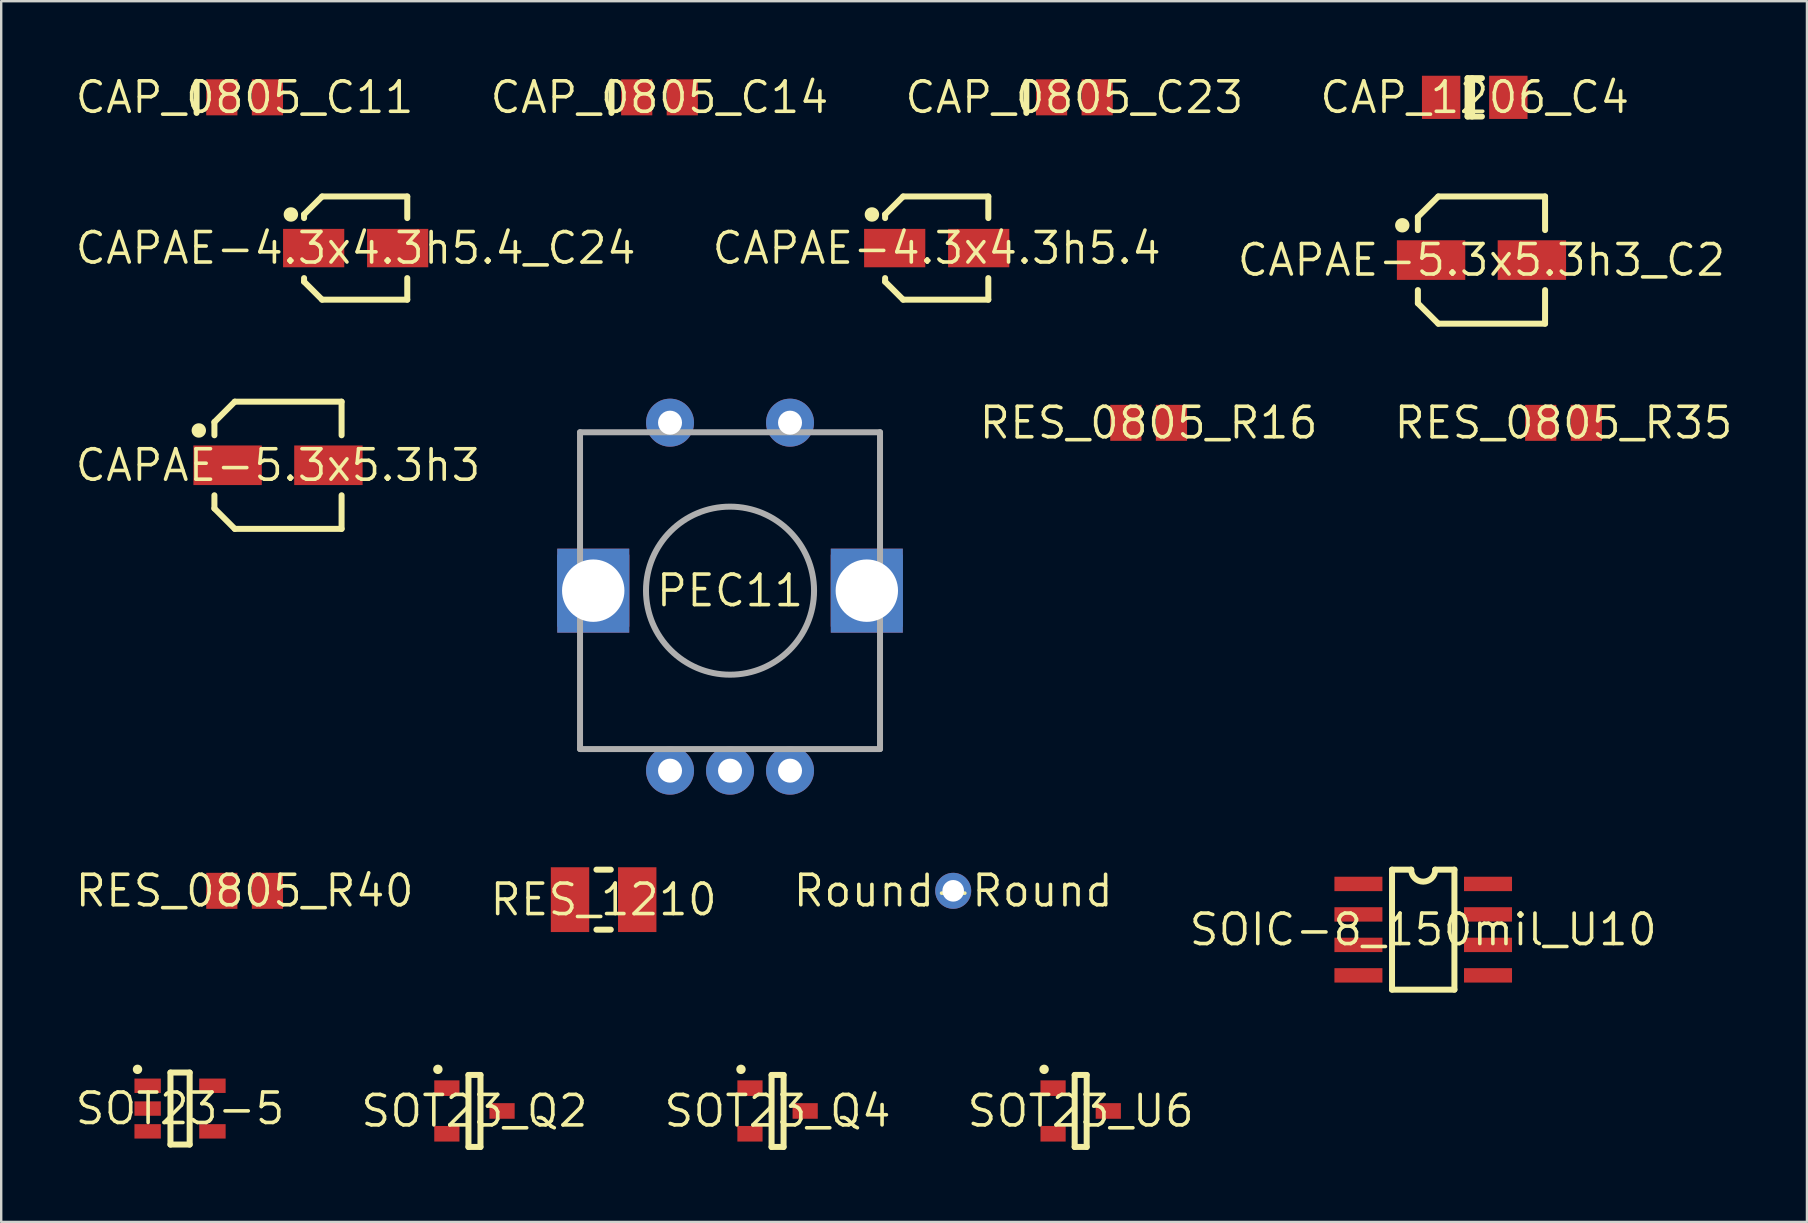
<source format=kicad_pcb>
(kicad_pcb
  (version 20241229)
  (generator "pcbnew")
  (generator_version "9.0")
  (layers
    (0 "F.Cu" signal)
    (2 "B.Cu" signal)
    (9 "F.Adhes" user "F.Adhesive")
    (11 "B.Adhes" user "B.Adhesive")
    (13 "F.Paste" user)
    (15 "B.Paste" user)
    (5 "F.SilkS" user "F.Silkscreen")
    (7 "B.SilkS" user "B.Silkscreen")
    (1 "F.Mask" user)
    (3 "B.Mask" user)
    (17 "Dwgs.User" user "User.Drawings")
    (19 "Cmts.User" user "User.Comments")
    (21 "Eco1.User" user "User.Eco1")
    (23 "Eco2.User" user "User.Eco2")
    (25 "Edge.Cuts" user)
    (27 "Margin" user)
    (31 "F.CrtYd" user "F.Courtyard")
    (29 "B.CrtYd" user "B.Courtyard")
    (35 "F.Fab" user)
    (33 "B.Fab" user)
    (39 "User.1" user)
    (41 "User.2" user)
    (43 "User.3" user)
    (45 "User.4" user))
  (footprint "RES_0805_R35"
    (layer "F.Cu")
    (at 62.099 14.569)
    (property "Reference" "RES_0805_R35" (at 0 0 0) (layer "F.SilkS") (effects (font (size 1.27 1.27) (thickness 0.15))))
    (pad "1" smd rect (at -0.95 0 90) (size 1.5 1.3) (layers "F.Cu" "F.Mask" "F.Paste"))
    (pad "2" smd rect (at 0.95 0 90) (size 1.5 1.3) (layers "F.Cu" "F.Mask" "F.Paste")))
  (footprint "Round-Round"
    (layer "F.Cu")
    (at 36.668 34.069)
    (property "Reference" "Round-Round" (at 0 0 0) (layer "F.SilkS") (effects (font (size 1.27 1.27) (thickness 0.15))))
    (fp_circle (center 0 0) (end 0 0) (stroke (width 0) (type solid)) (fill yes) (layer "F.Mask"))
    (fp_circle (center 0 0) (end 0 0) (stroke (width 0) (type solid)) (fill yes) (layer "B.Mask"))
    (pad "1" thru_hole circle (at 0 0 90) (size 1.5 1.5) (drill 0.9) (layers "*.Cu")))
  (footprint "CAPAE-4.3x4.3h5.4"
    (layer "F.Cu")
    (at 35.981 7.287)
    (property "Reference" "CAPAE-4.3x4.3h5.4" (at 0 0 0) (layer "F.SilkS") (effects (font (size 1.27 1.27) (thickness 0.15))))
    (fp_line (start -2.15 -1.4) (end -2.15 -1.25) (stroke (width 0.25) (type solid)) (layer "F.SilkS"))
    (fp_line (start -2.15 -1.4) (end -1.399 -2.15) (stroke (width 0.25) (type solid)) (layer "F.SilkS"))
    (fp_line (start -2.15 1.25) (end -2.15 1.4) (stroke (width 0.25) (type solid)) (layer "F.SilkS"))
    (fp_line (start -2.15 1.4) (end -1.399 2.15) (stroke (width 0.25) (type solid)) (layer "F.SilkS"))
    (fp_line (start 2.15 -2.15) (end -1.399 -2.15) (stroke (width 0.25) (type solid)) (layer "F.SilkS"))
    (fp_line (start 2.15 -2.15) (end 2.15 -1.25) (stroke (width 0.25) (type solid)) (layer "F.SilkS"))
    (fp_line (start 2.15 1.25) (end 2.15 2.15) (stroke (width 0.25) (type solid)) (layer "F.SilkS"))
    (fp_line (start 2.15 2.15) (end -1.399 2.15) (stroke (width 0.25) (type solid)) (layer "F.SilkS"))
    (fp_poly (pts (xy -2.652 -1.697) (xy -2.606 -1.686) (xy -2.562 -1.668) (xy -2.522 -1.644) (xy -2.486 -1.613) (xy -2.455 -1.577) (xy -2.431 -1.537) (xy -2.413 -1.493) (xy -2.402 -1.447) (xy -2.399 -1.4) (xy -2.402 -1.355) (xy -2.413 -1.307) (xy -2.431 -1.264) (xy -2.455 -1.223) (xy -2.488 -1.187) (xy -2.521 -1.159) (xy -2.562 -1.132) (xy -2.608 -1.114) (xy -2.65 -1.105) (xy -2.692 -1.1) (xy -2.707 -1.1) (xy -2.749 -1.105) (xy -2.791 -1.114) (xy -2.837 -1.132) (xy -2.878 -1.159) (xy -2.911 -1.187) (xy -2.944 -1.223) (xy -2.968 -1.264) (xy -2.986 -1.307) (xy -2.997 -1.355) (xy -3 -1.4) (xy -2.997 -1.447) (xy -2.986 -1.493) (xy -2.968 -1.537) (xy -2.944 -1.577) (xy -2.913 -1.613) (xy -2.877 -1.644) (xy -2.837 -1.668) (xy -2.793 -1.686) (xy -2.747 -1.697) (xy -2.704 -1.7) (xy -2.695 -1.7)) (stroke (width 0) (type default)) (fill yes) (layer "F.SilkS"))
    (pad "1" smd rect (at -1.75 0 90) (size 1.6 2.55) (layers "F.Cu" "F.Mask" "F.Paste"))
    (pad "2" smd rect (at 1.75 0 90) (size 1.6 2.55) (layers "F.Cu" "F.Mask" "F.Paste")))
  (footprint "SOT23_Q4"
    (layer "F.Cu")
    (at 29.35 43.242)
    (property "Reference" "SOT23_Q4" (at 0 0 0) (layer "F.SilkS") (effects (font (size 1.27 1.27) (thickness 0.15))))
    (fp_line (start -0.25 -1.5) (end -0.25 1.5) (stroke (width 0.25) (type solid)) (layer "F.SilkS"))
    (fp_line (start -0.25 1.5) (end 0.25 1.5) (stroke (width 0.25) (type solid)) (layer "F.SilkS"))
    (fp_line (start 0.25 -1.5) (end -0.25 -1.5) (stroke (width 0.25) (type solid)) (layer "F.SilkS"))
    (fp_line (start 0.25 1.5) (end 0.25 -1.5) (stroke (width 0.25) (type solid)) (layer "F.SilkS"))
    (fp_circle (center -1.524 -1.734) (end -1.426 -1.734) (stroke (width 0.196) (type solid)) (fill yes) (layer "F.SilkS"))
    (pad "1" smd rect (at -1.15 -0.95 90) (size 0.65 1.05) (layers "F.Cu" "F.Mask" "F.Paste"))
    (pad "2" smd rect (at -1.15 0.95 90) (size 0.65 1.05) (layers "F.Cu" "F.Mask" "F.Paste"))
    (pad "3" smd rect (at 1.15 0 90) (size 0.65 1.05) (layers "F.Cu" "F.Mask" "F.Paste")))
  (footprint "PEC11"
    (layer "F.Cu")
    (at 27.369 21.562)
    (property "Reference" "PEC11" (at 0 0 0) (layer "F.SilkS") (effects (font (size 1.27 1.27) (thickness 0.15))))
    (fp_poly (pts (xy -4.2 1.75) (xy -7.2 1.75) (xy -7.2 -1.75) (xy -4.2 -1.75)) (stroke (width 0) (type default)) (fill yes) (layer "F.Cu"))
    (fp_poly (pts (xy 7.2 1.75) (xy 4.2 1.75) (xy 4.2 -1.75) (xy 7.2 -1.75)) (stroke (width 0) (type default)) (fill yes) (layer "F.Cu"))
    (fp_poly (pts (xy -7.3 -1.85) (xy -4.1 -1.85) (xy -4.1 1.85) (xy -7.3 1.85)) (stroke (width 0) (type default)) (fill yes) (layer "F.Mask"))
    (fp_poly (pts (xy 4.1 -1.85) (xy 7.3 -1.85) (xy 7.3 1.85) (xy 4.1 1.85)) (stroke (width 0) (type default)) (fill yes) (layer "F.Mask"))
    (fp_poly (pts (xy -4.2 1.75) (xy -7.2 1.75) (xy -7.2 -1.75) (xy -4.2 -1.75)) (stroke (width 0) (type default)) (fill yes) (layer "B.Cu"))
    (fp_poly (pts (xy 7.2 1.75) (xy 4.2 1.75) (xy 4.2 -1.75) (xy 7.2 -1.75)) (stroke (width 0) (type default)) (fill yes) (layer "B.Cu"))
    (fp_poly (pts (xy -7.25 -1.8) (xy -4.15 -1.8) (xy -4.15 1.8) (xy -7.25 1.8)) (stroke (width 0) (type default)) (fill yes) (layer "B.Mask"))
    (fp_poly (pts (xy 4.15 -1.8) (xy 7.25 -1.8) (xy 7.25 1.8) (xy 4.15 1.8)) (stroke (width 0) (type default)) (fill yes) (layer "B.Mask"))
    (fp_line (start -6.25 -6.601) (end -6.25 6.599) (stroke (width 0.25) (type solid)) (layer "F.Fab"))
    (fp_line (start -6.25 6.599) (end 6.25 6.599) (stroke (width 0.25) (type solid)) (layer "F.Fab"))
    (fp_line (start 6.25 -6.601) (end -6.25 -6.601) (stroke (width 0.25) (type solid)) (layer "F.Fab"))
    (fp_line (start 6.25 6.599) (end 6.25 -6.601) (stroke (width 0.25) (type solid)) (layer "F.Fab"))
    (fp_circle (center 0 0) (end 3.501 0) (stroke (width 0.25) (type solid)) (fill no) (layer "F.Fab"))
    (pad "1" thru_hole circle (at 0 7.5) (size 2 2) (drill 1) (layers "*.Cu" "*.Mask"))
    (pad "2" thru_hole circle (at -2.5 7.5) (size 2 2) (drill 1) (layers "*.Cu" "*.Mask"))
    (pad "3" thru_hole circle (at 2.5 7.5) (size 2 2) (drill 1) (layers "*.Cu" "*.Mask"))
    (pad "4" thru_hole circle (at -2.5 -7) (size 2 2) (drill 1) (layers "*.Cu" "*.Mask"))
    (pad "5" thru_hole circle (at 2.5 -7) (size 2 2) (drill 1) (layers "*.Cu" "*.Mask"))
    (pad "6" thru_hole rect (at 5.7 0) (size 3 3) (drill 2.6) (layers "*.Cu"))
    (pad "7" thru_hole rect (at -5.7 0) (size 3 3) (drill 2.6) (layers "*.Cu")))
  (footprint "RES_0805_R40"
    (layer "F.Cu")
    (at 7.143 34.069)
    (property "Reference" "RES_0805_R40" (at 0 0 0) (layer "F.SilkS") (effects (font (size 1.27 1.27) (thickness 0.15))))
    (pad "1" smd rect (at -0.95 0 90) (size 1.5 1.3) (layers "F.Cu" "F.Mask" "F.Paste"))
    (pad "2" smd rect (at 0.95 0 90) (size 1.5 1.3) (layers "F.Cu" "F.Mask" "F.Paste")))
  (footprint "SOT23_Q2"
    (layer "F.Cu")
    (at 16.72 43.242)
    (property "Reference" "SOT23_Q2" (at 0 0 0) (layer "F.SilkS") (effects (font (size 1.27 1.27) (thickness 0.15))))
    (fp_line (start -0.25 -1.5) (end -0.25 1.5) (stroke (width 0.25) (type solid)) (layer "F.SilkS"))
    (fp_line (start -0.25 1.5) (end 0.25 1.5) (stroke (width 0.25) (type solid)) (layer "F.SilkS"))
    (fp_line (start 0.25 -1.5) (end -0.25 -1.5) (stroke (width 0.25) (type solid)) (layer "F.SilkS"))
    (fp_line (start 0.25 1.5) (end 0.25 -1.5) (stroke (width 0.25) (type solid)) (layer "F.SilkS"))
    (fp_circle (center -1.524 -1.734) (end -1.426 -1.734) (stroke (width 0.196) (type solid)) (fill yes) (layer "F.SilkS"))
    (pad "1" smd rect (at -1.15 -0.95 90) (size 0.65 1.05) (layers "F.Cu" "F.Mask" "F.Paste"))
    (pad "2" smd rect (at -1.15 0.95 90) (size 0.65 1.05) (layers "F.Cu" "F.Mask" "F.Paste"))
    (pad "3" smd rect (at 1.15 0 90) (size 0.65 1.05) (layers "F.Cu" "F.Mask" "F.Paste")))
  (footprint "CAPAE-5.3x5.3h3"
    (layer "F.Cu")
    (at 8.534 16.337)
    (property "Reference" "CAPAE-5.3x5.3h3" (at 0 0 0) (layer "F.SilkS") (effects (font (size 1.27 1.27) (thickness 0.15))))
    (fp_line (start -2.65 -1.8) (end -2.65 -1.25) (stroke (width 0.25) (type solid)) (layer "F.SilkS"))
    (fp_line (start -2.65 -1.8) (end -1.8 -2.65) (stroke (width 0.25) (type solid)) (layer "F.SilkS"))
    (fp_line (start -2.65 1.25) (end -2.65 1.8) (stroke (width 0.25) (type solid)) (layer "F.SilkS"))
    (fp_line (start -2.65 1.8) (end -1.8 2.65) (stroke (width 0.25) (type solid)) (layer "F.SilkS"))
    (fp_line (start 2.649 -2.65) (end -1.8 -2.65) (stroke (width 0.25) (type solid)) (layer "F.SilkS"))
    (fp_line (start 2.649 -2.65) (end 2.65 -1.25) (stroke (width 0.25) (type solid)) (layer "F.SilkS"))
    (fp_line (start 2.649 2.65) (end -1.8 2.65) (stroke (width 0.25) (type solid)) (layer "F.SilkS"))
    (fp_line (start 2.65 1.25) (end 2.649 2.65) (stroke (width 0.25) (type solid)) (layer "F.SilkS"))
    (fp_circle (center -3.3 -1.45) (end -3.15 -1.45) (stroke (width 0.3) (type solid)) (fill yes) (layer "F.SilkS"))
    (pad "1" smd rect (at -2.1 0 90) (size 1.65 2.85) (layers "F.Cu" "F.Mask" "F.Paste"))
    (pad "2" smd rect (at 2.1 0 90) (size 1.65 2.85) (layers "F.Cu" "F.Mask" "F.Paste")))
  (footprint "CAP_0805_C23"
    (layer "F.Cu")
    (at 41.717 1.006)
    (property "Reference" "CAP_0805_C23" (at 0 0 0) (layer "F.SilkS") (effects (font (size 1.27 1.27) (thickness 0.15))))
    (fp_line (start -2.001 0.65) (end -2.001 -0.65) (stroke (width 0.25) (type solid)) (layer "F.SilkS"))
    (pad "1" smd rect (at -0.95 0 90) (size 1.5 1.3) (layers "F.Cu" "F.Mask" "F.Paste"))
    (pad "2" smd rect (at 0.95 0 90) (size 1.5 1.3) (layers "F.Cu" "F.Mask" "F.Paste")))
  (footprint "SOIC-8_150mil_U10"
    (layer "F.Cu")
    (at 56.253 35.687)
    (property "Reference" "SOIC-8_150mil_U10" (at 0 0 0) (layer "F.SilkS") (effects (font (size 1.27 1.27) (thickness 0.15))))
    (fp_line (start -1.3 -2.5) (end -1.3 2.5) (stroke (width 0.25) (type solid)) (layer "F.SilkS"))
    (fp_line (start -1.3 2.5) (end 1.3 2.5) (stroke (width 0.25) (type solid)) (layer "F.SilkS"))
    (fp_line (start -0.5 -2.5) (end -1.3 -2.5) (stroke (width 0.25) (type solid)) (layer "F.SilkS"))
    (fp_line (start 0.5 -2.5) (end 1.3 -2.5) (stroke (width 0.25) (type solid)) (layer "F.SilkS"))
    (fp_line (start 1.3 -2.5) (end 1.3 2.5) (stroke (width 0.25) (type solid)) (layer "F.SilkS"))
    (fp_arc (start 0.5 -2.499998) (mid -0.000001 -2.000229) (end -0.5 -2.5) (stroke (width 0.25) (type solid)) (layer "F.SilkS"))
    (pad "1" smd rect (at -2.7 -1.905 90) (size 0.6 2) (layers "F.Cu" "F.Mask" "F.Paste"))
    (pad "2" smd rect (at -2.7 -0.635 90) (size 0.6 2) (layers "F.Cu" "F.Mask" "F.Paste"))
    (pad "3" smd rect (at -2.7 0.635 90) (size 0.6 2) (layers "F.Cu" "F.Mask" "F.Paste"))
    (pad "4" smd rect (at -2.7 1.905 90) (size 0.6 2) (layers "F.Cu" "F.Mask" "F.Paste"))
    (pad "5" smd rect (at 2.7 1.905 90) (size 0.6 2) (layers "F.Cu" "F.Mask" "F.Paste"))
    (pad "6" smd rect (at 2.7 0.635 90) (size 0.6 2) (layers "F.Cu" "F.Mask" "F.Paste"))
    (pad "7" smd rect (at 2.7 -0.635 90) (size 0.6 2) (layers "F.Cu" "F.Mask" "F.Paste"))
    (pad "8" smd rect (at 2.7 -1.905 90) (size 0.6 2) (layers "F.Cu" "F.Mask" "F.Paste")))
  (footprint "RES_0805_R16"
    (layer "F.Cu")
    (at 44.812 14.569)
    (property "Reference" "RES_0805_R16" (at 0 0 0) (layer "F.SilkS") (effects (font (size 1.27 1.27) (thickness 0.15))))
    (pad "1" smd rect (at -0.95 0 90) (size 1.5 1.3) (layers "F.Cu" "F.Mask" "F.Paste"))
    (pad "2" smd rect (at 0.95 0 90) (size 1.5 1.3) (layers "F.Cu" "F.Mask" "F.Paste")))
  (footprint "CAP_0805_C14"
    (layer "F.Cu")
    (at 24.43 1.006)
    (property "Reference" "CAP_0805_C14" (at 0 0 0) (layer "F.SilkS") (effects (font (size 1.27 1.27) (thickness 0.15))))
    (fp_line (start -2.001 0.65) (end -2.001 -0.65) (stroke (width 0.25) (type solid)) (layer "F.SilkS"))
    (pad "1" smd rect (at -0.95 0 90) (size 1.5 1.3) (layers "F.Cu" "F.Mask" "F.Paste"))
    (pad "2" smd rect (at 0.95 0 90) (size 1.5 1.3) (layers "F.Cu" "F.Mask" "F.Paste")))
  (footprint "CAPAE-4.3x4.3h5.4_C24"
    (layer "F.Cu")
    (at 11.77 7.287)
    (property "Reference" "CAPAE-4.3x4.3h5.4_C24" (at 0 0 0) (layer "F.SilkS") (effects (font (size 1.27 1.27) (thickness 0.15))))
    (fp_line (start -2.15 -1.4) (end -2.15 -1.25) (stroke (width 0.25) (type solid)) (layer "F.SilkS"))
    (fp_line (start -2.15 -1.4) (end -1.399 -2.15) (stroke (width 0.25) (type solid)) (layer "F.SilkS"))
    (fp_line (start -2.15 1.25) (end -2.15 1.4) (stroke (width 0.25) (type solid)) (layer "F.SilkS"))
    (fp_line (start -2.15 1.4) (end -1.399 2.15) (stroke (width 0.25) (type solid)) (layer "F.SilkS"))
    (fp_line (start 2.15 -2.15) (end -1.399 -2.15) (stroke (width 0.25) (type solid)) (layer "F.SilkS"))
    (fp_line (start 2.15 -2.15) (end 2.15 -1.25) (stroke (width 0.25) (type solid)) (layer "F.SilkS"))
    (fp_line (start 2.15 1.25) (end 2.15 2.15) (stroke (width 0.25) (type solid)) (layer "F.SilkS"))
    (fp_line (start 2.15 2.15) (end -1.399 2.15) (stroke (width 0.25) (type solid)) (layer "F.SilkS"))
    (fp_poly (pts (xy -2.652 -1.697) (xy -2.606 -1.686) (xy -2.562 -1.668) (xy -2.522 -1.644) (xy -2.486 -1.613) (xy -2.455 -1.577) (xy -2.431 -1.537) (xy -2.413 -1.493) (xy -2.402 -1.447) (xy -2.399 -1.4) (xy -2.402 -1.355) (xy -2.413 -1.307) (xy -2.431 -1.264) (xy -2.455 -1.223) (xy -2.488 -1.187) (xy -2.521 -1.159) (xy -2.562 -1.132) (xy -2.608 -1.114) (xy -2.65 -1.105) (xy -2.692 -1.1) (xy -2.707 -1.1) (xy -2.749 -1.105) (xy -2.791 -1.114) (xy -2.837 -1.132) (xy -2.878 -1.159) (xy -2.911 -1.187) (xy -2.944 -1.223) (xy -2.968 -1.264) (xy -2.986 -1.307) (xy -2.997 -1.355) (xy -3 -1.4) (xy -2.997 -1.447) (xy -2.986 -1.493) (xy -2.968 -1.537) (xy -2.944 -1.577) (xy -2.913 -1.613) (xy -2.877 -1.644) (xy -2.837 -1.668) (xy -2.793 -1.686) (xy -2.747 -1.697) (xy -2.704 -1.7) (xy -2.695 -1.7)) (stroke (width 0) (type default)) (fill yes) (layer "F.SilkS"))
    (pad "1" smd rect (at -1.75 0 90) (size 1.6 2.55) (layers "F.Cu" "F.Mask" "F.Paste"))
    (pad "2" smd rect (at 1.75 0 90) (size 1.6 2.55) (layers "F.Cu" "F.Mask" "F.Paste")))
  (footprint "RES_1210"
    (layer "F.Cu")
    (at 22.102 34.437)
    (property "Reference" "RES_1210" (at 0 0 0) (layer "F.SilkS") (effects (font (size 1.27 1.27) (thickness 0.15))))
    (fp_line (start -0.299 -1.25) (end 0.299 -1.25) (stroke (width 0.25) (type solid)) (layer "F.SilkS"))
    (fp_line (start -0.299 1.25) (end 0.299 1.25) (stroke (width 0.25) (type solid)) (layer "F.SilkS"))
    (pad "1" smd rect (at -1.4 0 90) (size 2.7 1.6) (layers "F.Cu" "F.Mask" "F.Paste"))
    (pad "2" smd rect (at 1.4 0 90) (size 2.7 1.6) (layers "F.Cu" "F.Mask" "F.Paste")))
  (footprint "CAP_1206_C4"
    (layer "F.Cu")
    (at 58.4 1.006)
    (property "Reference" "CAP_1206_C4" (at 0 0 0) (layer "F.SilkS") (effects (font (size 1.27 1.27) (thickness 0.15))))
    (fp_line (start -0.299 -0.799) (end 0.299 -0.799) (stroke (width 0.25) (type solid)) (layer "F.SilkS"))
    (fp_line (start -0.299 0.799) (end -0.299 -0.799) (stroke (width 0.25) (type solid)) (layer "F.SilkS"))
    (fp_line (start -0.299 0.799) (end 0.299 0.799) (stroke (width 0.25) (type solid)) (layer "F.SilkS"))
    (fp_line (start -0.11 0.799) (end -0.11 -0.799) (stroke (width 0.25) (type solid)) (layer "F.SilkS"))
    (pad "1" smd rect (at -1.4 0 90) (size 1.8 1.6) (layers "F.Cu" "F.Mask" "F.Paste"))
    (pad "2" smd rect (at 1.4 0 90) (size 1.8 1.6) (layers "F.Cu" "F.Mask" "F.Paste")))
  (footprint "SOT23_U6"
    (layer "F.Cu")
    (at 41.98 43.242)
    (property "Reference" "SOT23_U6" (at 0 0 0) (layer "F.SilkS") (effects (font (size 1.27 1.27) (thickness 0.15))))
    (fp_line (start -0.25 -1.5) (end -0.25 1.5) (stroke (width 0.25) (type solid)) (layer "F.SilkS"))
    (fp_line (start -0.25 1.5) (end 0.25 1.5) (stroke (width 0.25) (type solid)) (layer "F.SilkS"))
    (fp_line (start 0.25 -1.5) (end -0.25 -1.5) (stroke (width 0.25) (type solid)) (layer "F.SilkS"))
    (fp_line (start 0.25 1.5) (end 0.25 -1.5) (stroke (width 0.25) (type solid)) (layer "F.SilkS"))
    (fp_circle (center -1.524 -1.734) (end -1.426 -1.734) (stroke (width 0.196) (type solid)) (fill yes) (layer "F.SilkS"))
    (pad "1" smd rect (at -1.15 -0.95 90) (size 0.65 1.05) (layers "F.Cu" "F.Mask" "F.Paste"))
    (pad "2" smd rect (at -1.15 0.95 90) (size 0.65 1.05) (layers "F.Cu" "F.Mask" "F.Paste"))
    (pad "3" smd rect (at 1.15 0 90) (size 0.65 1.05) (layers "F.Cu" "F.Mask" "F.Paste")))
  (footprint "CAP_0805_C11"
    (layer "F.Cu")
    (at 7.143 1.006)
    (property "Reference" "CAP_0805_C11" (at 0 0 0) (layer "F.SilkS") (effects (font (size 1.27 1.27) (thickness 0.15))))
    (fp_line (start -2.001 0.65) (end -2.001 -0.65) (stroke (width 0.25) (type solid)) (layer "F.SilkS"))
    (pad "1" smd rect (at -0.95 0 90) (size 1.5 1.3) (layers "F.Cu" "F.Mask" "F.Paste"))
    (pad "2" smd rect (at 0.95 0 90) (size 1.5 1.3) (layers "F.Cu" "F.Mask" "F.Paste")))
  (footprint "SOT23-5"
    (layer "F.Cu")
    (at 4.452 43.142)
    (property "Reference" "SOT23-5" (at 0 0 0) (layer "F.SilkS") (effects (font (size 1.27 1.27) (thickness 0.15))))
    (fp_line (start -0.399 -1.5) (end -0.399 1.5) (stroke (width 0.25) (type solid)) (layer "F.SilkS"))
    (fp_line (start -0.399 -1.5) (end 0.401 -1.5) (stroke (width 0.25) (type solid)) (layer "F.SilkS"))
    (fp_line (start -0.399 1.5) (end 0.401 1.5) (stroke (width 0.25) (type solid)) (layer "F.SilkS"))
    (fp_line (start 0.401 -1.5) (end 0.401 1.5) (stroke (width 0.25) (type solid)) (layer "F.SilkS"))
    (fp_circle (center -1.772 -1.634) (end -1.674 -1.634) (stroke (width 0.196) (type solid)) (fill yes) (layer "F.SilkS"))
    (pad "1" smd rect (at -1.35 -0.95 90) (size 0.6 1.1) (layers "F.Cu" "F.Mask" "F.Paste"))
    (pad "2" smd rect (at -1.35 0 90) (size 0.6 1.1) (layers "F.Cu" "F.Mask" "F.Paste"))
    (pad "3" smd rect (at -1.35 0.95 90) (size 0.6 1.1) (layers "F.Cu" "F.Mask" "F.Paste"))
    (pad "4" smd rect (at 1.35 0.95 90) (size 0.6 1.1) (layers "F.Cu" "F.Mask" "F.Paste"))
    (pad "5" smd rect (at 1.35 -0.95 90) (size 0.6 1.1) (layers "F.Cu" "F.Mask" "F.Paste")))
  (footprint "CAPAE-5.3x5.3h3_C2"
    (layer "F.Cu")
    (at 58.681 7.787)
    (property "Reference" "CAPAE-5.3x5.3h3_C2" (at 0 0 0) (layer "F.SilkS") (effects (font (size 1.27 1.27) (thickness 0.15))))
    (fp_line (start -2.65 -1.8) (end -2.65 -1.25) (stroke (width 0.25) (type solid)) (layer "F.SilkS"))
    (fp_line (start -2.65 -1.8) (end -1.8 -2.65) (stroke (width 0.25) (type solid)) (layer "F.SilkS"))
    (fp_line (start -2.65 1.25) (end -2.65 1.8) (stroke (width 0.25) (type solid)) (layer "F.SilkS"))
    (fp_line (start -2.65 1.8) (end -1.8 2.65) (stroke (width 0.25) (type solid)) (layer "F.SilkS"))
    (fp_line (start 2.649 -2.65) (end -1.8 -2.65) (stroke (width 0.25) (type solid)) (layer "F.SilkS"))
    (fp_line (start 2.649 -2.65) (end 2.65 -1.25) (stroke (width 0.25) (type solid)) (layer "F.SilkS"))
    (fp_line (start 2.649 2.65) (end -1.8 2.65) (stroke (width 0.25) (type solid)) (layer "F.SilkS"))
    (fp_line (start 2.65 1.25) (end 2.649 2.65) (stroke (width 0.25) (type solid)) (layer "F.SilkS"))
    (fp_circle (center -3.3 -1.45) (end -3.15 -1.45) (stroke (width 0.3) (type solid)) (fill yes) (layer "F.SilkS"))
    (pad "1" smd rect (at -2.1 0 90) (size 1.65 2.85) (layers "F.Cu" "F.Mask" "F.Paste"))
    (pad "2" smd rect (at 2.1 0 90) (size 1.65 2.85) (layers "F.Cu" "F.Mask" "F.Paste")))
  (gr_rect
    (start -3 -3)
    (end 72.243 47.867)
    (stroke (width 0.1) (type default))
    (fill no)
    (layer "Edge.Cuts")))
</source>
